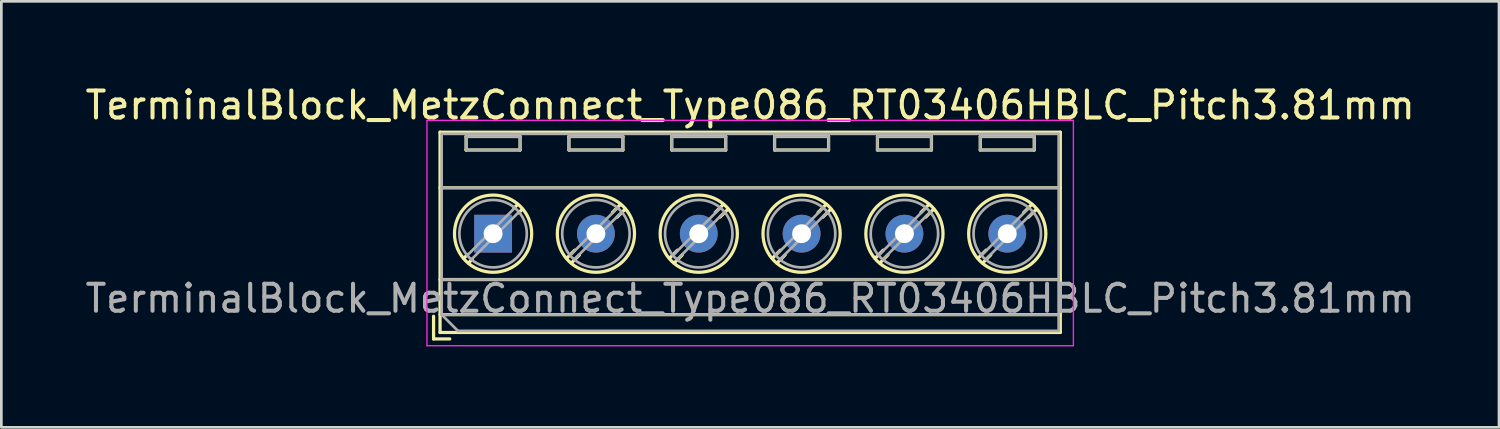
<source format=kicad_pcb>
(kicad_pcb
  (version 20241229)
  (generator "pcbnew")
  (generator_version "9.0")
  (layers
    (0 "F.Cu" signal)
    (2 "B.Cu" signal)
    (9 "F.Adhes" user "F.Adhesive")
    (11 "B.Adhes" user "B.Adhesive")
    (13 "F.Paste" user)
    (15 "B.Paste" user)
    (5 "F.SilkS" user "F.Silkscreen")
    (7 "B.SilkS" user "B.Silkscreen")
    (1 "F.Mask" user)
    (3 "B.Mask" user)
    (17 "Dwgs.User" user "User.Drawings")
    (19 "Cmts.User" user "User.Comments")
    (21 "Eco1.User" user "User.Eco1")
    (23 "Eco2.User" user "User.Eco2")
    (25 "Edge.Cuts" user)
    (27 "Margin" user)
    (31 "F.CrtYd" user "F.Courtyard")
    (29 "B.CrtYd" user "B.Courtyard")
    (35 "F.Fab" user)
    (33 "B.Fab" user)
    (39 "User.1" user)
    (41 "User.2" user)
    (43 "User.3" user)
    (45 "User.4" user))
  (footprint "TerminalBlock_MetzConnect_Type086_RT03406HBLC_Pitch3.81mm"
    (layer "F.Cu")
    (at 15.219 5.608)
    (property "Reference" "TerminalBlock_MetzConnect_Type086_RT03406HBLC_Pitch3.81mm" (at 9.525 -4.76 0) (layer "F.SilkS") (effects (font (size 1 1) (thickness 0.15))))
    (attr through_hole)
    (fp_line (start -2.205 3.06) (end -2.205 3.9) (stroke (width 0.12) (type solid)) (layer "F.SilkS"))
    (fp_line (start -2.205 3.9) (end -1.605 3.9) (stroke (width 0.12) (type solid)) (layer "F.SilkS"))
    (fp_line (start -1.965 -3.76) (end -1.965 3.66) (stroke (width 0.12) (type solid)) (layer "F.SilkS"))
    (fp_line (start -1.965 -1.7) (end 21.015 -1.7) (stroke (width 0.12) (type solid)) (layer "F.SilkS"))
    (fp_line (start -1.965 1.7) (end 21.015 1.7) (stroke (width 0.12) (type solid)) (layer "F.SilkS"))
    (fp_line (start -1.965 3) (end 21.015 3) (stroke (width 0.12) (type solid)) (layer "F.SilkS"))
    (fp_line (start -1.965 3.66) (end 21.015 3.66) (stroke (width 0.12) (type solid)) (layer "F.SilkS"))
    (fp_line (start -1 -3.6) (end -1 -3.1) (stroke (width 0.12) (type solid)) (layer "F.SilkS"))
    (fp_line (start -1 -3.6) (end 1 -3.6) (stroke (width 0.12) (type solid)) (layer "F.SilkS"))
    (fp_line (start -1 -3.1) (end 1 -3.1) (stroke (width 0.12) (type solid)) (layer "F.SilkS"))
    (fp_line (start -0.946 0.771) (end -1.085 0.91) (stroke (width 0.12) (type solid)) (layer "F.SilkS"))
    (fp_line (start -0.771 0.945) (end -0.911 1.085) (stroke (width 0.12) (type solid)) (layer "F.SilkS"))
    (fp_line (start 0.911 -1.085) (end 0.771 -0.945) (stroke (width 0.12) (type solid)) (layer "F.SilkS"))
    (fp_line (start 1 -3.6) (end 1 -3.1) (stroke (width 0.12) (type solid)) (layer "F.SilkS"))
    (fp_line (start 1.085 -0.91) (end 0.945 -0.771) (stroke (width 0.12) (type solid)) (layer "F.SilkS"))
    (fp_line (start 2.81 -3.6) (end 2.81 -3.1) (stroke (width 0.12) (type solid)) (layer "F.SilkS"))
    (fp_line (start 2.81 -3.6) (end 4.81 -3.6) (stroke (width 0.12) (type solid)) (layer "F.SilkS"))
    (fp_line (start 2.81 -3.1) (end 4.81 -3.1) (stroke (width 0.12) (type solid)) (layer "F.SilkS"))
    (fp_line (start 3.025 0.611) (end 2.726 0.91) (stroke (width 0.12) (type solid)) (layer "F.SilkS"))
    (fp_line (start 3.2 0.786) (end 2.9 1.085) (stroke (width 0.12) (type solid)) (layer "F.SilkS"))
    (fp_line (start 4.721 -1.085) (end 4.421 -0.786) (stroke (width 0.12) (type solid)) (layer "F.SilkS"))
    (fp_line (start 4.81 -3.6) (end 4.81 -3.1) (stroke (width 0.12) (type solid)) (layer "F.SilkS"))
    (fp_line (start 4.895 -0.91) (end 4.596 -0.611) (stroke (width 0.12) (type solid)) (layer "F.SilkS"))
    (fp_line (start 6.62 -3.6) (end 6.62 -3.1) (stroke (width 0.12) (type solid)) (layer "F.SilkS"))
    (fp_line (start 6.62 -3.6) (end 8.62 -3.6) (stroke (width 0.12) (type solid)) (layer "F.SilkS"))
    (fp_line (start 6.62 -3.1) (end 8.62 -3.1) (stroke (width 0.12) (type solid)) (layer "F.SilkS"))
    (fp_line (start 6.835 0.611) (end 6.536 0.91) (stroke (width 0.12) (type solid)) (layer "F.SilkS"))
    (fp_line (start 7.01 0.786) (end 6.71 1.085) (stroke (width 0.12) (type solid)) (layer "F.SilkS"))
    (fp_line (start 8.531 -1.085) (end 8.231 -0.786) (stroke (width 0.12) (type solid)) (layer "F.SilkS"))
    (fp_line (start 8.62 -3.6) (end 8.62 -3.1) (stroke (width 0.12) (type solid)) (layer "F.SilkS"))
    (fp_line (start 8.705 -0.91) (end 8.406 -0.611) (stroke (width 0.12) (type solid)) (layer "F.SilkS"))
    (fp_line (start 10.43 -3.6) (end 10.43 -3.1) (stroke (width 0.12) (type solid)) (layer "F.SilkS"))
    (fp_line (start 10.43 -3.6) (end 12.43 -3.6) (stroke (width 0.12) (type solid)) (layer "F.SilkS"))
    (fp_line (start 10.43 -3.1) (end 12.43 -3.1) (stroke (width 0.12) (type solid)) (layer "F.SilkS"))
    (fp_line (start 10.645 0.611) (end 10.346 0.91) (stroke (width 0.12) (type solid)) (layer "F.SilkS"))
    (fp_line (start 10.82 0.786) (end 10.52 1.085) (stroke (width 0.12) (type solid)) (layer "F.SilkS"))
    (fp_line (start 12.341 -1.085) (end 12.041 -0.786) (stroke (width 0.12) (type solid)) (layer "F.SilkS"))
    (fp_line (start 12.43 -3.6) (end 12.43 -3.1) (stroke (width 0.12) (type solid)) (layer "F.SilkS"))
    (fp_line (start 12.515 -0.91) (end 12.216 -0.611) (stroke (width 0.12) (type solid)) (layer "F.SilkS"))
    (fp_line (start 14.24 -3.6) (end 14.24 -3.1) (stroke (width 0.12) (type solid)) (layer "F.SilkS"))
    (fp_line (start 14.24 -3.6) (end 16.241 -3.6) (stroke (width 0.12) (type solid)) (layer "F.SilkS"))
    (fp_line (start 14.24 -3.1) (end 16.241 -3.1) (stroke (width 0.12) (type solid)) (layer "F.SilkS"))
    (fp_line (start 14.455 0.611) (end 14.156 0.91) (stroke (width 0.12) (type solid)) (layer "F.SilkS"))
    (fp_line (start 14.63 0.786) (end 14.33 1.085) (stroke (width 0.12) (type solid)) (layer "F.SilkS"))
    (fp_line (start 16.151 -1.085) (end 15.851 -0.786) (stroke (width 0.12) (type solid)) (layer "F.SilkS"))
    (fp_line (start 16.241 -3.6) (end 16.241 -3.1) (stroke (width 0.12) (type solid)) (layer "F.SilkS"))
    (fp_line (start 16.325 -0.91) (end 16.026 -0.611) (stroke (width 0.12) (type solid)) (layer "F.SilkS"))
    (fp_line (start 18.05 -3.6) (end 18.05 -3.1) (stroke (width 0.12) (type solid)) (layer "F.SilkS"))
    (fp_line (start 18.05 -3.6) (end 20.05 -3.6) (stroke (width 0.12) (type solid)) (layer "F.SilkS"))
    (fp_line (start 18.05 -3.1) (end 20.05 -3.1) (stroke (width 0.12) (type solid)) (layer "F.SilkS"))
    (fp_line (start 18.265 0.611) (end 17.966 0.91) (stroke (width 0.12) (type solid)) (layer "F.SilkS"))
    (fp_line (start 18.44 0.786) (end 18.14 1.085) (stroke (width 0.12) (type solid)) (layer "F.SilkS"))
    (fp_line (start 19.961 -1.085) (end 19.661 -0.786) (stroke (width 0.12) (type solid)) (layer "F.SilkS"))
    (fp_line (start 20.05 -3.6) (end 20.05 -3.1) (stroke (width 0.12) (type solid)) (layer "F.SilkS"))
    (fp_line (start 20.135 -0.91) (end 19.836 -0.611) (stroke (width 0.12) (type solid)) (layer "F.SilkS"))
    (fp_line (start 21.015 -3.76) (end -1.965 -3.76) (stroke (width 0.12) (type solid)) (layer "F.SilkS"))
    (fp_line (start 21.015 3.66) (end 21.015 -3.76) (stroke (width 0.12) (type solid)) (layer "F.SilkS"))
    (fp_circle (center 0 0) (end 1.43 0) (stroke (width 0.12) (type solid)) (fill no) (layer "F.SilkS"))
    (fp_circle (center 3.81 0) (end 5.24 0) (stroke (width 0.12) (type solid)) (fill no) (layer "F.SilkS"))
    (fp_circle (center 7.62 0) (end 9.05 0) (stroke (width 0.12) (type solid)) (fill no) (layer "F.SilkS"))
    (fp_circle (center 11.43 0) (end 12.86 0) (stroke (width 0.12) (type solid)) (fill no) (layer "F.SilkS"))
    (fp_circle (center 15.24 0) (end 16.67 0) (stroke (width 0.12) (type solid)) (fill no) (layer "F.SilkS"))
    (fp_circle (center 19.05 0) (end 20.48 0) (stroke (width 0.12) (type solid)) (fill no) (layer "F.SilkS"))
    (fp_line (start -2.45 -4.2) (end -2.45 4.15) (stroke (width 0.05) (type solid)) (layer "F.CrtYd"))
    (fp_line (start -2.45 4.15) (end 21.5 4.15) (stroke (width 0.05) (type solid)) (layer "F.CrtYd"))
    (fp_line (start 21.5 -4.2) (end -2.45 -4.2) (stroke (width 0.05) (type solid)) (layer "F.CrtYd"))
    (fp_line (start 21.5 4.15) (end 21.5 -4.2) (stroke (width 0.05) (type solid)) (layer "F.CrtYd"))
    (fp_line (start -1.905 -3.7) (end 20.955 -3.7) (stroke (width 0.1) (type solid)) (layer "F.Fab"))
    (fp_line (start -1.905 -1.7) (end 20.955 -1.7) (stroke (width 0.1) (type solid)) (layer "F.Fab"))
    (fp_line (start -1.905 1.7) (end 20.955 1.7) (stroke (width 0.1) (type solid)) (layer "F.Fab"))
    (fp_line (start -1.905 3) (end -1.905 -3.7) (stroke (width 0.1) (type solid)) (layer "F.Fab"))
    (fp_line (start -1.905 3) (end 20.955 3) (stroke (width 0.1) (type solid)) (layer "F.Fab"))
    (fp_line (start -1.305 3.6) (end -1.905 3) (stroke (width 0.1) (type solid)) (layer "F.Fab"))
    (fp_line (start -1 -3.6) (end -1 -3.1) (stroke (width 0.1) (type solid)) (layer "F.Fab"))
    (fp_line (start -1 -3.1) (end 1 -3.1) (stroke (width 0.1) (type solid)) (layer "F.Fab"))
    (fp_line (start 0.796 -0.948) (end -0.949 0.796) (stroke (width 0.1) (type solid)) (layer "F.Fab"))
    (fp_line (start 0.949 -0.796) (end -0.796 0.948) (stroke (width 0.1) (type solid)) (layer "F.Fab"))
    (fp_line (start 1 -3.6) (end -1 -3.6) (stroke (width 0.1) (type solid)) (layer "F.Fab"))
    (fp_line (start 1 -3.1) (end 1 -3.6) (stroke (width 0.1) (type solid)) (layer "F.Fab"))
    (fp_line (start 2.81 -3.6) (end 2.81 -3.1) (stroke (width 0.1) (type solid)) (layer "F.Fab"))
    (fp_line (start 2.81 -3.1) (end 4.81 -3.1) (stroke (width 0.1) (type solid)) (layer "F.Fab"))
    (fp_line (start 4.606 -0.948) (end 2.862 0.796) (stroke (width 0.1) (type solid)) (layer "F.Fab"))
    (fp_line (start 4.759 -0.796) (end 3.015 0.948) (stroke (width 0.1) (type solid)) (layer "F.Fab"))
    (fp_line (start 4.81 -3.6) (end 2.81 -3.6) (stroke (width 0.1) (type solid)) (layer "F.Fab"))
    (fp_line (start 4.81 -3.1) (end 4.81 -3.6) (stroke (width 0.1) (type solid)) (layer "F.Fab"))
    (fp_line (start 6.62 -3.6) (end 6.62 -3.1) (stroke (width 0.1) (type solid)) (layer "F.Fab"))
    (fp_line (start 6.62 -3.1) (end 8.62 -3.1) (stroke (width 0.1) (type solid)) (layer "F.Fab"))
    (fp_line (start 8.416 -0.948) (end 6.672 0.796) (stroke (width 0.1) (type solid)) (layer "F.Fab"))
    (fp_line (start 8.569 -0.796) (end 6.825 0.948) (stroke (width 0.1) (type solid)) (layer "F.Fab"))
    (fp_line (start 8.62 -3.6) (end 6.62 -3.6) (stroke (width 0.1) (type solid)) (layer "F.Fab"))
    (fp_line (start 8.62 -3.1) (end 8.62 -3.6) (stroke (width 0.1) (type solid)) (layer "F.Fab"))
    (fp_line (start 10.43 -3.6) (end 10.43 -3.1) (stroke (width 0.1) (type solid)) (layer "F.Fab"))
    (fp_line (start 10.43 -3.1) (end 12.43 -3.1) (stroke (width 0.1) (type solid)) (layer "F.Fab"))
    (fp_line (start 12.226 -0.948) (end 10.482 0.796) (stroke (width 0.1) (type solid)) (layer "F.Fab"))
    (fp_line (start 12.379 -0.796) (end 10.635 0.948) (stroke (width 0.1) (type solid)) (layer "F.Fab"))
    (fp_line (start 12.43 -3.6) (end 10.43 -3.6) (stroke (width 0.1) (type solid)) (layer "F.Fab"))
    (fp_line (start 12.43 -3.1) (end 12.43 -3.6) (stroke (width 0.1) (type solid)) (layer "F.Fab"))
    (fp_line (start 14.24 -3.6) (end 14.24 -3.1) (stroke (width 0.1) (type solid)) (layer "F.Fab"))
    (fp_line (start 14.24 -3.1) (end 16.24 -3.1) (stroke (width 0.1) (type solid)) (layer "F.Fab"))
    (fp_line (start 16.036 -0.948) (end 14.292 0.796) (stroke (width 0.1) (type solid)) (layer "F.Fab"))
    (fp_line (start 16.189 -0.796) (end 14.445 0.948) (stroke (width 0.1) (type solid)) (layer "F.Fab"))
    (fp_line (start 16.24 -3.6) (end 14.24 -3.6) (stroke (width 0.1) (type solid)) (layer "F.Fab"))
    (fp_line (start 16.24 -3.1) (end 16.24 -3.6) (stroke (width 0.1) (type solid)) (layer "F.Fab"))
    (fp_line (start 18.05 -3.6) (end 18.05 -3.1) (stroke (width 0.1) (type solid)) (layer "F.Fab"))
    (fp_line (start 18.05 -3.1) (end 20.05 -3.1) (stroke (width 0.1) (type solid)) (layer "F.Fab"))
    (fp_line (start 19.846 -0.948) (end 18.102 0.796) (stroke (width 0.1) (type solid)) (layer "F.Fab"))
    (fp_line (start 19.999 -0.796) (end 18.255 0.948) (stroke (width 0.1) (type solid)) (layer "F.Fab"))
    (fp_line (start 20.05 -3.6) (end 18.05 -3.6) (stroke (width 0.1) (type solid)) (layer "F.Fab"))
    (fp_line (start 20.05 -3.1) (end 20.05 -3.6) (stroke (width 0.1) (type solid)) (layer "F.Fab"))
    (fp_line (start 20.955 -3.7) (end 20.955 3.6) (stroke (width 0.1) (type solid)) (layer "F.Fab"))
    (fp_line (start 20.955 3.6) (end -1.305 3.6) (stroke (width 0.1) (type solid)) (layer "F.Fab"))
    (fp_circle (center 0 0) (end 1.25 0) (stroke (width 0.1) (type solid)) (fill no) (layer "F.Fab"))
    (fp_circle (center 3.81 0) (end 5.06 0) (stroke (width 0.1) (type solid)) (fill no) (layer "F.Fab"))
    (fp_circle (center 7.62 0) (end 8.87 0) (stroke (width 0.1) (type solid)) (fill no) (layer "F.Fab"))
    (fp_circle (center 11.43 0) (end 12.68 0) (stroke (width 0.1) (type solid)) (fill no) (layer "F.Fab"))
    (fp_circle (center 15.24 0) (end 16.49 0) (stroke (width 0.1) (type solid)) (fill no) (layer "F.Fab"))
    (fp_circle (center 19.05 0) (end 20.3 0) (stroke (width 0.1) (type solid)) (fill no) (layer "F.Fab"))
    (fp_text user "${REFERENCE}" (at 9.525 2.4 0) (layer "F.Fab") (effects (font (size 1 1) (thickness 0.15))))
    (pad "1" thru_hole rect (at 0 0) (size 1.4 1.4) (drill 0.7) (layers "*.Cu" "*.Mask"))
    (pad "2" thru_hole circle (at 3.81 0) (size 1.4 1.4) (drill 0.7) (layers "*.Cu" "*.Mask"))
    (pad "3" thru_hole circle (at 7.62 0) (size 1.4 1.4) (drill 0.7) (layers "*.Cu" "*.Mask"))
    (pad "4" thru_hole circle (at 11.43 0) (size 1.4 1.4) (drill 0.7) (layers "*.Cu" "*.Mask"))
    (pad "5" thru_hole circle (at 15.24 0) (size 1.4 1.4) (drill 0.7) (layers "*.Cu" "*.Mask"))
    (pad "6" thru_hole circle (at 19.05 0) (size 1.4 1.4) (drill 0.7) (layers "*.Cu" "*.Mask")))
  (gr_rect
    (start -3 -3)
    (end 52.488 12.783)
    (stroke (width 0.1) (type default))
    (fill no)
    (layer "Edge.Cuts")))
</source>
